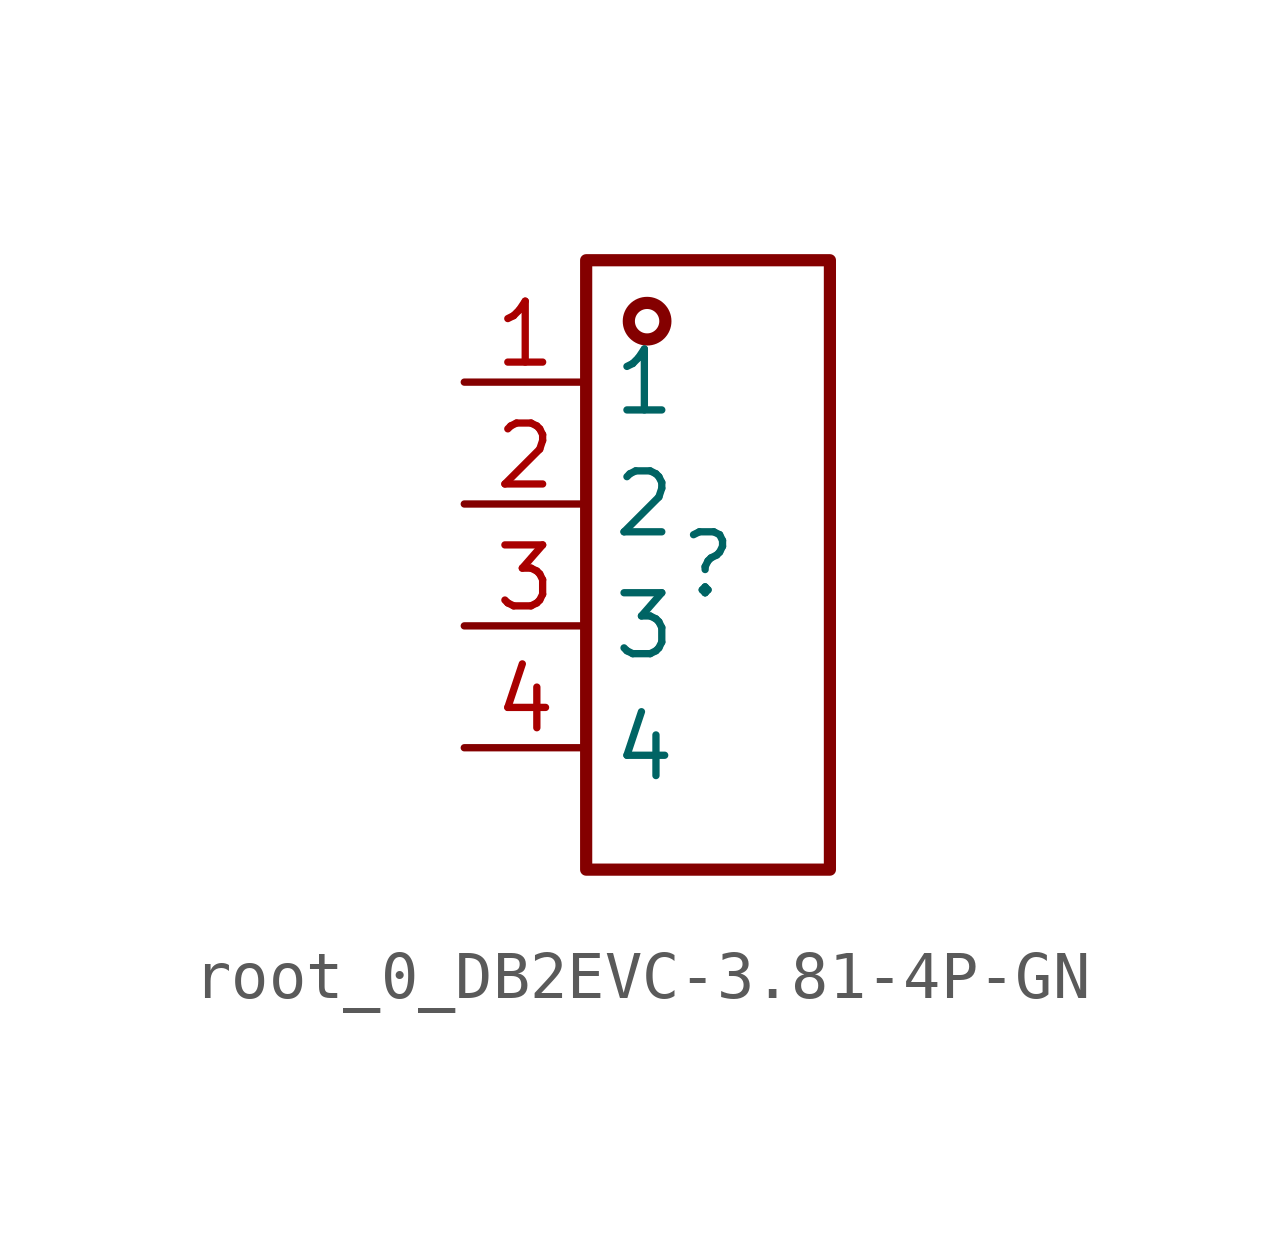
<source format=kicad_sym>
(kicad_symbol_lib
  (version 20220914)
  (generator kicad_symbol_editor)
  (symbol "root_0_DB2EVC-3.81-4P-GN"
    (property "Reference" ""
      (at 0 0 0)
      (effects (font (size 1.27 1.27))))
    (property "Value" ""
      (at 0 0 0)
      (effects (font (size 1.27 1.27))))
    (symbol "root_0_DB2EVC-3.81-4P-GN_1_0"
      (circle (center -1.27 5.08) (radius 0.381) (stroke (width 0.254) (type solid)) (fill (type none)))
      (rectangle (start 2.54 6.35) (end -2.54 -6.35) (stroke (width 0.254) (type solid)) (fill (type none)))
      (pin passive line (at -5.08 3.81 0) (length 2.54) (name "1" (effects (font (size 1.27 1.27)))) (number "1" (effects (font (size 1.27 1.27)))))
      (pin passive line (at -5.08 1.27 0) (length 2.54) (name "2" (effects (font (size 1.27 1.27)))) (number "2" (effects (font (size 1.27 1.27)))))
      (pin passive line (at -5.08 -1.27 0) (length 2.54) (name "3" (effects (font (size 1.27 1.27)))) (number "3" (effects (font (size 1.27 1.27)))))
      (pin passive line (at -5.08 -3.81 0) (length 2.54) (name "4" (effects (font (size 1.27 1.27)))) (number "4" (effects (font (size 1.27 1.27))))))))
</source>
